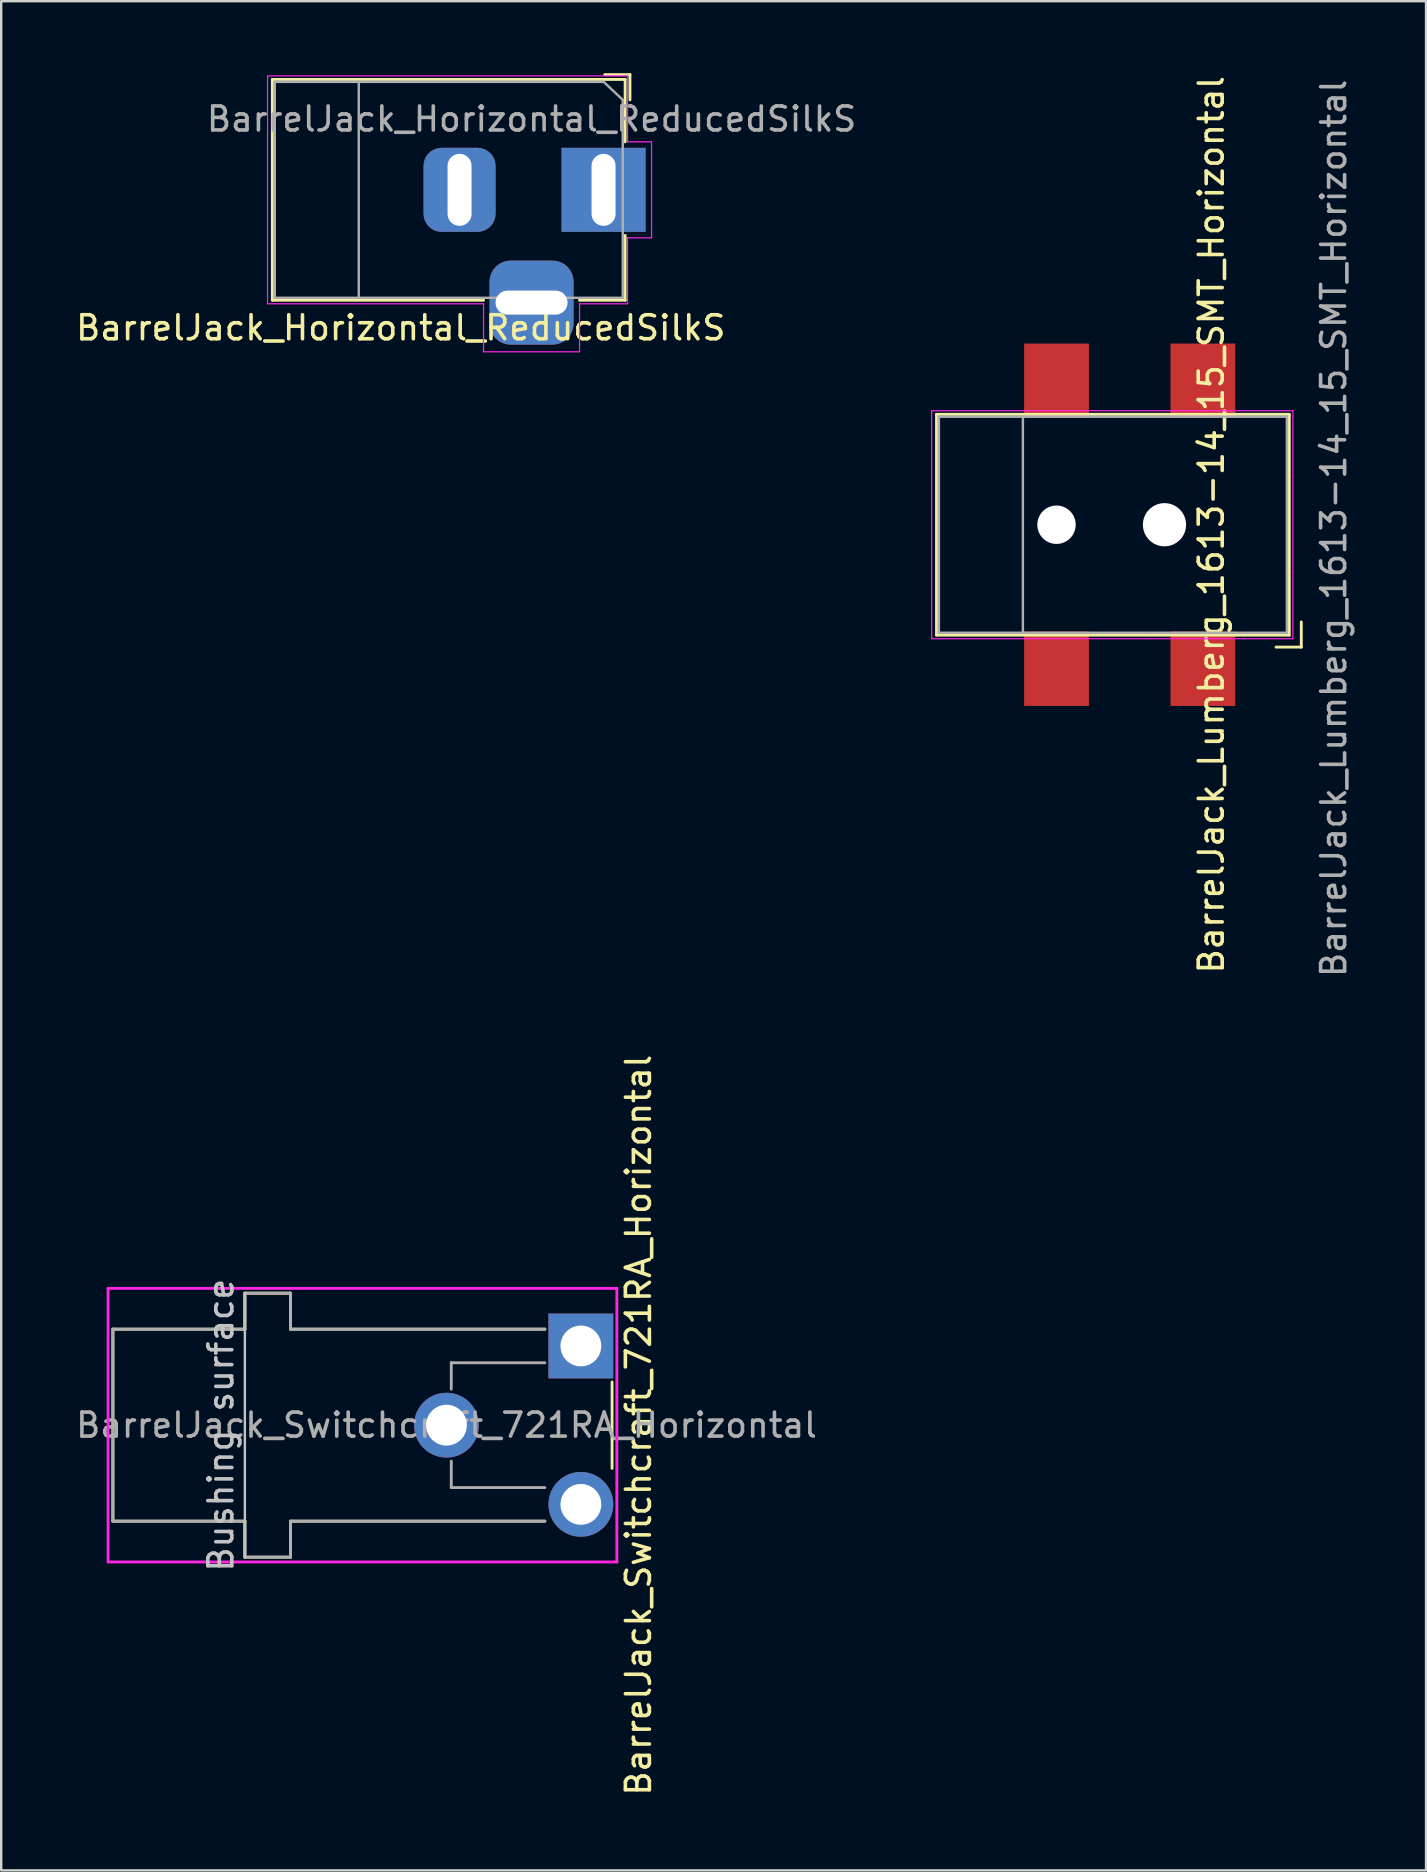
<source format=kicad_pcb>
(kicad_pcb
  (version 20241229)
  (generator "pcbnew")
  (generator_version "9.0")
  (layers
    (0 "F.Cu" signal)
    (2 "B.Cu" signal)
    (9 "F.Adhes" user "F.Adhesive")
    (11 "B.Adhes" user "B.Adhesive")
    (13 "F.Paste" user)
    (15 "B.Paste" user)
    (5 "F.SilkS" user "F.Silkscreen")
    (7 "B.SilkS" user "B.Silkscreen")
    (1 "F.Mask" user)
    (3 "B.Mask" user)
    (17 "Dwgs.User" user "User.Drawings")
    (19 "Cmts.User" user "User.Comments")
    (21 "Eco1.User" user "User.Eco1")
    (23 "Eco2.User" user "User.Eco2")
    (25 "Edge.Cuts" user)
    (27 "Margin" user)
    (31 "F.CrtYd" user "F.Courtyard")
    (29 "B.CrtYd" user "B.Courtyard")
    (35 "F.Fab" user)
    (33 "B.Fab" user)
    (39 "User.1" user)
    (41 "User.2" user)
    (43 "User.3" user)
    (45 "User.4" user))
  (footprint "BarrelJack_Switchcraft_721RA_Horizontal"
    (layer "F.Cu")
    (at 15.554 56.335)
    (property "Reference" "BarrelJack_Switchcraft_721RA_Horizontal" (at 8 0 90) (layer "F.SilkS") (effects (font (size 1 1) (thickness 0.15))))
    (attr through_hole)
    (fp_line (start -13.9 -4) (end -13.9 4) (stroke (width 0.12) (type solid)) (layer "F.SilkS"))
    (fp_line (start -13.9 4) (end -8.4 4) (stroke (width 0.12) (type solid)) (layer "F.SilkS"))
    (fp_line (start -8.4 -5.5) (end -8.4 -4) (stroke (width 0.12) (type solid)) (layer "F.SilkS"))
    (fp_line (start -8.4 -4) (end -13.9 -4) (stroke (width 0.12) (type solid)) (layer "F.SilkS"))
    (fp_line (start -8.4 4) (end -8.4 5.5) (stroke (width 0.12) (type solid)) (layer "F.SilkS"))
    (fp_line (start -8.4 5.5) (end -6.5 5.5) (stroke (width 0.12) (type solid)) (layer "F.SilkS"))
    (fp_line (start -6.5 -5.5) (end -8.4 -5.5) (stroke (width 0.12) (type solid)) (layer "F.SilkS"))
    (fp_line (start -6.5 -5.5) (end -6.5 -4) (stroke (width 0.12) (type solid)) (layer "F.SilkS"))
    (fp_line (start -6.5 -4) (end 4.1 -4) (stroke (width 0.12) (type solid)) (layer "F.SilkS"))
    (fp_line (start -6.5 4) (end 4.1 4) (stroke (width 0.12) (type solid)) (layer "F.SilkS"))
    (fp_line (start -6.5 5.5) (end -6.5 4) (stroke (width 0.12) (type solid)) (layer "F.SilkS"))
    (fp_line (start 6.9 1.8) (end 6.9 -1.8) (stroke (width 0.12) (type solid)) (layer "F.SilkS"))
    (fp_line (start -8.4 -5.5) (end -8.4 5.5) (stroke (width 0.1) (type solid)) (layer "Dwgs.User"))
    (fp_line (start -14.1 -5.7) (end 7.1 -5.7) (stroke (width 0.12) (type solid)) (layer "F.CrtYd"))
    (fp_line (start -14.1 5.7) (end -14.1 -5.7) (stroke (width 0.12) (type solid)) (layer "F.CrtYd"))
    (fp_line (start 7.1 -5.7) (end 7.1 5.7) (stroke (width 0.12) (type solid)) (layer "F.CrtYd"))
    (fp_line (start 7.1 5.7) (end -14.1 5.7) (stroke (width 0.12) (type solid)) (layer "F.CrtYd"))
    (fp_line (start -13.9 -4) (end -8.4 -4) (stroke (width 0.12) (type solid)) (layer "F.Fab"))
    (fp_line (start -13.9 4) (end -13.9 -4) (stroke (width 0.12) (type solid)) (layer "F.Fab"))
    (fp_line (start -8.4 -5.5) (end -6.5 -5.5) (stroke (width 0.12) (type solid)) (layer "F.Fab"))
    (fp_line (start -8.4 -4) (end -8.4 -5.5) (stroke (width 0.12) (type solid)) (layer "F.Fab"))
    (fp_line (start -8.4 4) (end -13.9 4) (stroke (width 0.12) (type solid)) (layer "F.Fab"))
    (fp_line (start -8.4 5.5) (end -8.4 4) (stroke (width 0.12) (type solid)) (layer "F.Fab"))
    (fp_line (start -6.5 -4) (end -6.5 -5.5) (stroke (width 0.12) (type solid)) (layer "F.Fab"))
    (fp_line (start -6.5 4) (end 4.1 4) (stroke (width 0.12) (type solid)) (layer "F.Fab"))
    (fp_line (start -6.5 5.5) (end -8.4 5.5) (stroke (width 0.12) (type solid)) (layer "F.Fab"))
    (fp_line (start -6.5 5.5) (end -6.5 4) (stroke (width 0.12) (type solid)) (layer "F.Fab"))
    (fp_line (start 0.2 -2.6) (end 4.1 -2.6) (stroke (width 0.12) (type solid)) (layer "F.Fab"))
    (fp_line (start 0.2 -1.5) (end 0.2 -2.6) (stroke (width 0.12) (type solid)) (layer "F.Fab"))
    (fp_line (start 0.2 2.6) (end 0.2 1.5) (stroke (width 0.12) (type solid)) (layer "F.Fab"))
    (fp_line (start 4.1 -4) (end -6.5 -4) (stroke (width 0.12) (type solid)) (layer "F.Fab"))
    (fp_line (start 4.1 2.6) (end 0.2 2.6) (stroke (width 0.12) (type solid)) (layer "F.Fab"))
    (fp_text user "Bushing surface" (at -9.4 0 90) (layer "Dwgs.User") (effects (font (size 1 1) (thickness 0.15))))
    (fp_text user "${REFERENCE}" (at 0 0 0) (layer "F.Fab") (effects (font (size 1 1) (thickness 0.15))))
    (pad "1" thru_hole rect (at 5.6 -3.3) (size 2.7 2.7) (drill 1.7) (layers "*.Cu" "*.Mask"))
    (pad "2" thru_hole circle (at 0 0) (size 2.7 2.7) (drill 1.7) (layers "*.Cu" "*.Mask"))
    (pad "3" thru_hole circle (at 5.6 3.3) (size 2.7 2.7) (drill 1.7) (layers "*.Cu" "*.Mask")))
  (footprint "BarrelJack_Lumberg_1613-14_15_SMT_Horizontal"
    (layer "F.Cu")
    (at 44.023 18.815)
    (property "Reference" "BarrelJack_Lumberg_1613-14_15_SMT_Horizontal" (at 3.4 0 270) (layer "F.SilkS") (effects (font (size 1 1) (thickness 0.15))))
    (attr smd)
    (fp_line (start -8.05 -4.6) (end 6.65 -4.6) (stroke (width 0.12) (type solid)) (layer "F.SilkS"))
    (fp_line (start -8.05 4.6) (end -8.05 -4.6) (stroke (width 0.12) (type solid)) (layer "F.SilkS"))
    (fp_line (start 6.1 5.1) (end 7.15 5.1) (stroke (width 0.12) (type solid)) (layer "F.SilkS"))
    (fp_line (start 6.65 -4.6) (end 6.65 4.6) (stroke (width 0.12) (type solid)) (layer "F.SilkS"))
    (fp_line (start 6.65 4.6) (end -8.05 4.6) (stroke (width 0.12) (type solid)) (layer "F.SilkS"))
    (fp_line (start 7.15 4.05) (end 7.15 5.1) (stroke (width 0.12) (type solid)) (layer "F.SilkS"))
    (fp_line (start -8.25 4.75) (end -8.25 -4.75) (stroke (width 0.05) (type solid)) (layer "F.CrtYd"))
    (fp_line (start 0.75 4.75) (end -8.25 4.75) (stroke (width 0.05) (type solid)) (layer "F.CrtYd"))
    (fp_line (start 4.75 4.75) (end 0.75 4.75) (stroke (width 0.05) (type solid)) (layer "F.CrtYd"))
    (fp_line (start 6.8 -4.75) (end -8.25 -4.75) (stroke (width 0.05) (type solid)) (layer "F.CrtYd"))
    (fp_line (start 6.8 -4.5) (end 6.8 -4.75) (stroke (width 0.05) (type solid)) (layer "F.CrtYd"))
    (fp_line (start 6.8 -4.5) (end 6.8 -2) (stroke (width 0.05) (type solid)) (layer "F.CrtYd"))
    (fp_line (start 6.8 -2) (end 6.8 2) (stroke (width 0.05) (type solid)) (layer "F.CrtYd"))
    (fp_line (start 6.8 2) (end 6.8 4.75) (stroke (width 0.05) (type solid)) (layer "F.CrtYd"))
    (fp_line (start 6.8 4.75) (end 4.75 4.75) (stroke (width 0.05) (type solid)) (layer "F.CrtYd"))
    (fp_line (start -7.95 -4.5) (end -7.95 4.5) (stroke (width 0.1) (type solid)) (layer "F.Fab"))
    (fp_line (start -7.95 4.5) (end 6.55 4.5) (stroke (width 0.1) (type solid)) (layer "F.Fab"))
    (fp_line (start -4.45 -4.5) (end -4.45 4.5) (stroke (width 0.1) (type solid)) (layer "F.Fab"))
    (fp_line (start 6.55 -4.5) (end -7.95 -4.5) (stroke (width 0.1) (type solid)) (layer "F.Fab"))
    (fp_line (start 6.55 4.5) (end 6.55 -4.5) (stroke (width 0.1) (type solid)) (layer "F.Fab"))
    (fp_text user "${REFERENCE}" (at 8.5 0.15 270) (layer "F.Fab") (effects (font (size 1 1) (thickness 0.15))))
    (pad "" np_thru_hole circle (at -3.05 0) (size 1.6 1.6) (drill 1.6) (layers "*.Cu" "*.Mask"))
    (pad "" np_thru_hole circle (at 1.45 0) (size 1.8 1.8) (drill 1.8) (layers "*.Cu" "*.Mask"))
    (pad "1" smd rect (at -3.05 -6) (size 2.7 3.1) (layers "F.Cu" "F.Mask" "F.Paste"))
    (pad "1" smd rect (at 3.05 -6) (size 2.7 3.1) (layers "F.Cu" "F.Mask" "F.Paste"))
    (pad "2" smd rect (at -3.05 6) (size 2.7 3.1) (layers "F.Cu" "F.Mask" "F.Paste"))
    (pad "3" smd rect (at 3.05 6) (size 2.7 3.1) (layers "F.Cu" "F.Mask" "F.Paste")))
  (footprint "BarrelJack_Horizontal_ReducedSilkS"
    (layer "F.Cu")
    (at 22.099 4.86)
    (property "Reference" "BarrelJack_Horizontal_ReducedSilkS" (at -8.45 5.75 0) (layer "F.SilkS") (effects (font (size 1 1) (thickness 0.15))))
    (attr through_hole)
    (fp_line (start -13.8 -4.6) (end 0.9 -4.6) (stroke (width 0.12) (type solid)) (layer "F.SilkS"))
    (fp_line (start -13.8 4.6) (end -13.8 -4.6) (stroke (width 0.12) (type solid)) (layer "F.SilkS"))
    (fp_line (start -5 4.6) (end -13.8 4.6) (stroke (width 0.12) (type solid)) (layer "F.SilkS"))
    (fp_line (start 0.05 -4.8) (end 1.1 -4.8) (stroke (width 0.12) (type solid)) (layer "F.SilkS"))
    (fp_line (start 0.9 -4.6) (end 0.9 -2) (stroke (width 0.12) (type solid)) (layer "F.SilkS"))
    (fp_line (start 0.9 1.9) (end 0.9 4.6) (stroke (width 0.12) (type solid)) (layer "F.SilkS"))
    (fp_line (start 0.9 4.6) (end -1 4.6) (stroke (width 0.12) (type solid)) (layer "F.SilkS"))
    (fp_line (start 1.1 -3.75) (end 1.1 -4.8) (stroke (width 0.12) (type solid)) (layer "F.SilkS"))
    (fp_line (start -14 4.75) (end -14 -4.75) (stroke (width 0.05) (type solid)) (layer "F.CrtYd"))
    (fp_line (start -5 4.75) (end -14 4.75) (stroke (width 0.05) (type solid)) (layer "F.CrtYd"))
    (fp_line (start -5 6.75) (end -5 4.75) (stroke (width 0.05) (type solid)) (layer "F.CrtYd"))
    (fp_line (start -1 4.75) (end -1 6.75) (stroke (width 0.05) (type solid)) (layer "F.CrtYd"))
    (fp_line (start -1 6.75) (end -5 6.75) (stroke (width 0.05) (type solid)) (layer "F.CrtYd"))
    (fp_line (start 1 -4.75) (end -14 -4.75) (stroke (width 0.05) (type solid)) (layer "F.CrtYd"))
    (fp_line (start 1 -4.5) (end 1 -4.75) (stroke (width 0.05) (type solid)) (layer "F.CrtYd"))
    (fp_line (start 1 -4.5) (end 1 -2) (stroke (width 0.05) (type solid)) (layer "F.CrtYd"))
    (fp_line (start 1 -2) (end 2 -2) (stroke (width 0.05) (type solid)) (layer "F.CrtYd"))
    (fp_line (start 1 2) (end 1 4.75) (stroke (width 0.05) (type solid)) (layer "F.CrtYd"))
    (fp_line (start 1 4.75) (end -1 4.75) (stroke (width 0.05) (type solid)) (layer "F.CrtYd"))
    (fp_line (start 2 -2) (end 2 2) (stroke (width 0.05) (type solid)) (layer "F.CrtYd"))
    (fp_line (start 2 2) (end 1 2) (stroke (width 0.05) (type solid)) (layer "F.CrtYd"))
    (fp_line (start -13.7 -4.5) (end -13.7 4.5) (stroke (width 0.1) (type solid)) (layer "F.Fab"))
    (fp_line (start -13.7 4.5) (end 0.8 4.5) (stroke (width 0.1) (type solid)) (layer "F.Fab"))
    (fp_line (start -10.2 -4.5) (end -10.2 4.5) (stroke (width 0.1) (type solid)) (layer "F.Fab"))
    (fp_line (start -0.003 -4.505) (end 0.8 -3.75) (stroke (width 0.1) (type solid)) (layer "F.Fab"))
    (fp_line (start 0 -4.5) (end -13.7 -4.5) (stroke (width 0.1) (type solid)) (layer "F.Fab"))
    (fp_line (start 0.8 4.5) (end 0.8 -3.75) (stroke (width 0.1) (type solid)) (layer "F.Fab"))
    (fp_text user "${REFERENCE}" (at -3 -2.95 0) (layer "F.Fab") (effects (font (size 1 1) (thickness 0.15))))
    (pad "1" thru_hole rect (at 0 0) (size 3.5 3.5) (drill oval 1 3) (layers "*.Cu" "*.Mask"))
    (pad "2" thru_hole roundrect (at -6 0) (size 3 3.5) (drill oval 1 3) (layers "*.Cu" "*.Mask") (roundrect_rratio 0.25))
    (pad "3" thru_hole roundrect (at -3 4.7) (size 3.5 3.5) (drill oval 3 1) (layers "*.Cu" "*.Mask") (roundrect_rratio 0.25)))
  (gr_rect
    (start -3 -3)
    (end 56.371 74.888)
    (stroke (width 0.1) (type default))
    (fill no)
    (layer "Edge.Cuts")))
</source>
